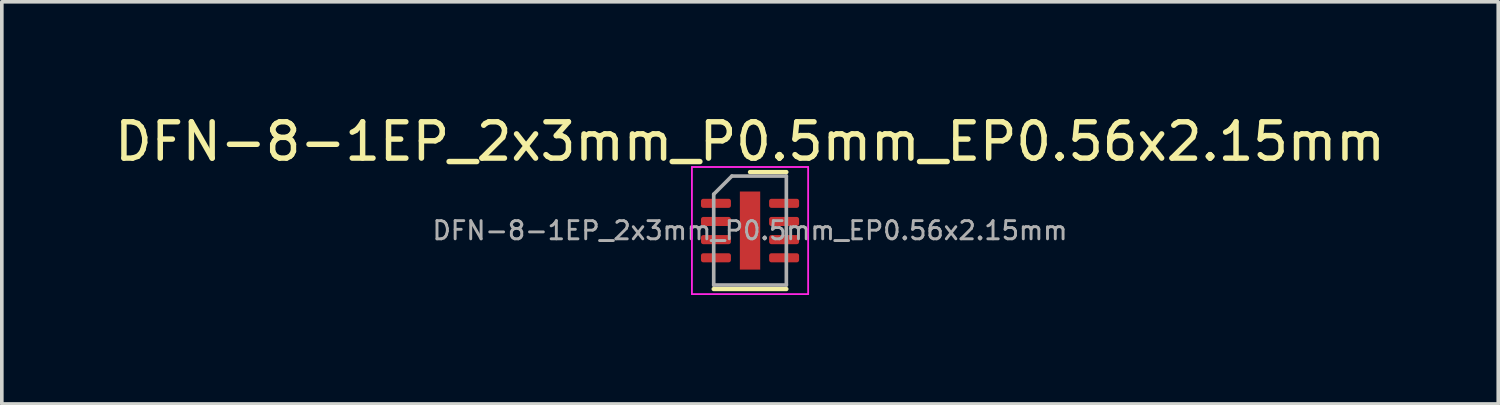
<source format=kicad_pcb>
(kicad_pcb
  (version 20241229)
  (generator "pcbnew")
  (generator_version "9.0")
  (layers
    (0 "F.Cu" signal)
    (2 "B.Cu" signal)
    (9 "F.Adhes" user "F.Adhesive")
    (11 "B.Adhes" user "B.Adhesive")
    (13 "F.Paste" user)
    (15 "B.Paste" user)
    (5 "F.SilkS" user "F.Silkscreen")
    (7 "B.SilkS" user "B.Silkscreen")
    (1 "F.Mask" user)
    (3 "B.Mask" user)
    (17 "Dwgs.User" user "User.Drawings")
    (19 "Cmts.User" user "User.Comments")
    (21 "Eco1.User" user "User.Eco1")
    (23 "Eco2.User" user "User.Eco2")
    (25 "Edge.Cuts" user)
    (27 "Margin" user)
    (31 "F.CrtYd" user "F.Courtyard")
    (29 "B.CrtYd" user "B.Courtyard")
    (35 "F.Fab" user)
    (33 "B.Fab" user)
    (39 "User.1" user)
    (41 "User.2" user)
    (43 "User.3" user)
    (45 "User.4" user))
  (footprint "DFN-8-1EP_2x3mm_P0.5mm_EP0.56x2.15mm"
    (layer "F.Cu")
    (at 17.601 3.298)
    (property "Reference" "DFN-8-1EP_2x3mm_P0.5mm_EP0.56x2.15mm" (at 0 -2.45 0) (layer "F.SilkS") (effects (font (size 1 1) (thickness 0.15))))
    (attr smd)
    (fp_line (start -1 1.61) (end 1 1.61) (stroke (width 0.12) (type solid)) (layer "F.SilkS"))
    (fp_line (start 0 -1.61) (end 1 -1.61) (stroke (width 0.12) (type solid)) (layer "F.SilkS"))
    (fp_line (start -1.6 -1.75) (end -1.6 1.75) (stroke (width 0.05) (type solid)) (layer "F.CrtYd"))
    (fp_line (start -1.6 1.75) (end 1.6 1.75) (stroke (width 0.05) (type solid)) (layer "F.CrtYd"))
    (fp_line (start 1.6 -1.75) (end -1.6 -1.75) (stroke (width 0.05) (type solid)) (layer "F.CrtYd"))
    (fp_line (start 1.6 1.75) (end 1.6 -1.75) (stroke (width 0.05) (type solid)) (layer "F.CrtYd"))
    (fp_line (start -1 -1) (end -0.5 -1.5) (stroke (width 0.1) (type solid)) (layer "F.Fab"))
    (fp_line (start -1 1.5) (end -1 -1) (stroke (width 0.1) (type solid)) (layer "F.Fab"))
    (fp_line (start -0.5 -1.5) (end 1 -1.5) (stroke (width 0.1) (type solid)) (layer "F.Fab"))
    (fp_line (start 1 -1.5) (end 1 1.5) (stroke (width 0.1) (type solid)) (layer "F.Fab"))
    (fp_line (start 1 1.5) (end -1 1.5) (stroke (width 0.1) (type solid)) (layer "F.Fab"))
    (fp_text user "${REFERENCE}" (at 0 0 0) (layer "F.Fab") (effects (font (size 0.5 0.5) (thickness 0.08))))
    (pad "" smd roundrect (at 0 -0.54) (size 0.45 0.87) (layers "F.Paste") (roundrect_rratio 0.25))
    (pad "" smd roundrect (at 0 0.54) (size 0.45 0.87) (layers "F.Paste") (roundrect_rratio 0.25))
    (pad "1" smd roundrect (at -0.938 -0.75) (size 0.825 0.25) (layers "F.Cu" "F.Mask" "F.Paste") (roundrect_rratio 0.25))
    (pad "2" smd roundrect (at -0.938 -0.25) (size 0.825 0.25) (layers "F.Cu" "F.Mask" "F.Paste") (roundrect_rratio 0.25))
    (pad "3" smd roundrect (at -0.938 0.25) (size 0.825 0.25) (layers "F.Cu" "F.Mask" "F.Paste") (roundrect_rratio 0.25))
    (pad "4" smd roundrect (at -0.938 0.75) (size 0.825 0.25) (layers "F.Cu" "F.Mask" "F.Paste") (roundrect_rratio 0.25))
    (pad "5" smd roundrect (at 0.938 0.75) (size 0.825 0.25) (layers "F.Cu" "F.Mask" "F.Paste") (roundrect_rratio 0.25))
    (pad "6" smd roundrect (at 0.938 0.25) (size 0.825 0.25) (layers "F.Cu" "F.Mask" "F.Paste") (roundrect_rratio 0.25))
    (pad "7" smd roundrect (at 0.938 -0.25) (size 0.825 0.25) (layers "F.Cu" "F.Mask" "F.Paste") (roundrect_rratio 0.25))
    (pad "8" smd roundrect (at 0.938 -0.75) (size 0.825 0.25) (layers "F.Cu" "F.Mask" "F.Paste") (roundrect_rratio 0.25))
    (pad "9" smd rect (at 0 0) (size 0.56 2.15) (layers "F.Cu" "F.Mask")))
  (gr_rect
    (start -3 -3)
    (end 38.202 8.073)
    (stroke (width 0.1) (type default))
    (fill no)
    (layer "Edge.Cuts")))
</source>
